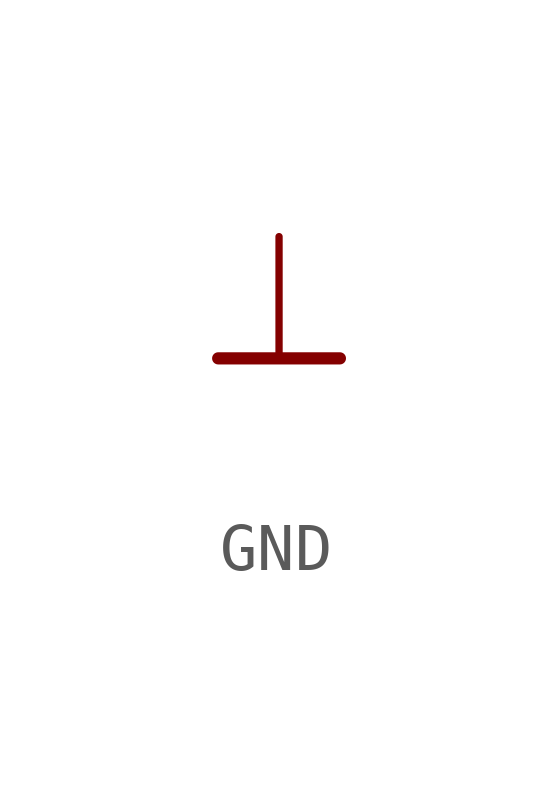
<source format=kicad_sym>
(kicad_symbol_lib
  (version 20231120)
  (generator "kicad_symbol_editor")
  (generator_version "8.0")
  (symbol "GND"
    (power)
    (property "Reference" "#GND"
      (at 0 0 0)
      (effects (font (size 1.27 1.27)) (hide yes)))
    (property "Value" ""
      (at -1.524 -2.54 0)
      (effects (font (size 1.27 1.079)) (justify left bottom)))
    (property "ki_locked" ""
      (at 0 0 0)
      (effects (font (size 1.27 1.27))))
    (symbol "GND_1_0"
      (polyline (pts (xy -1.27 0) (xy 1.27 0)) (stroke (width 0.254) (type solid)) (fill (type none)))
      (pin power_in line (at 0 2.54 270) (length 2.54) (name "GND" (effects (font (size 0 0)))) (number "1" (effects (font (size 0 0))))))))
</source>
